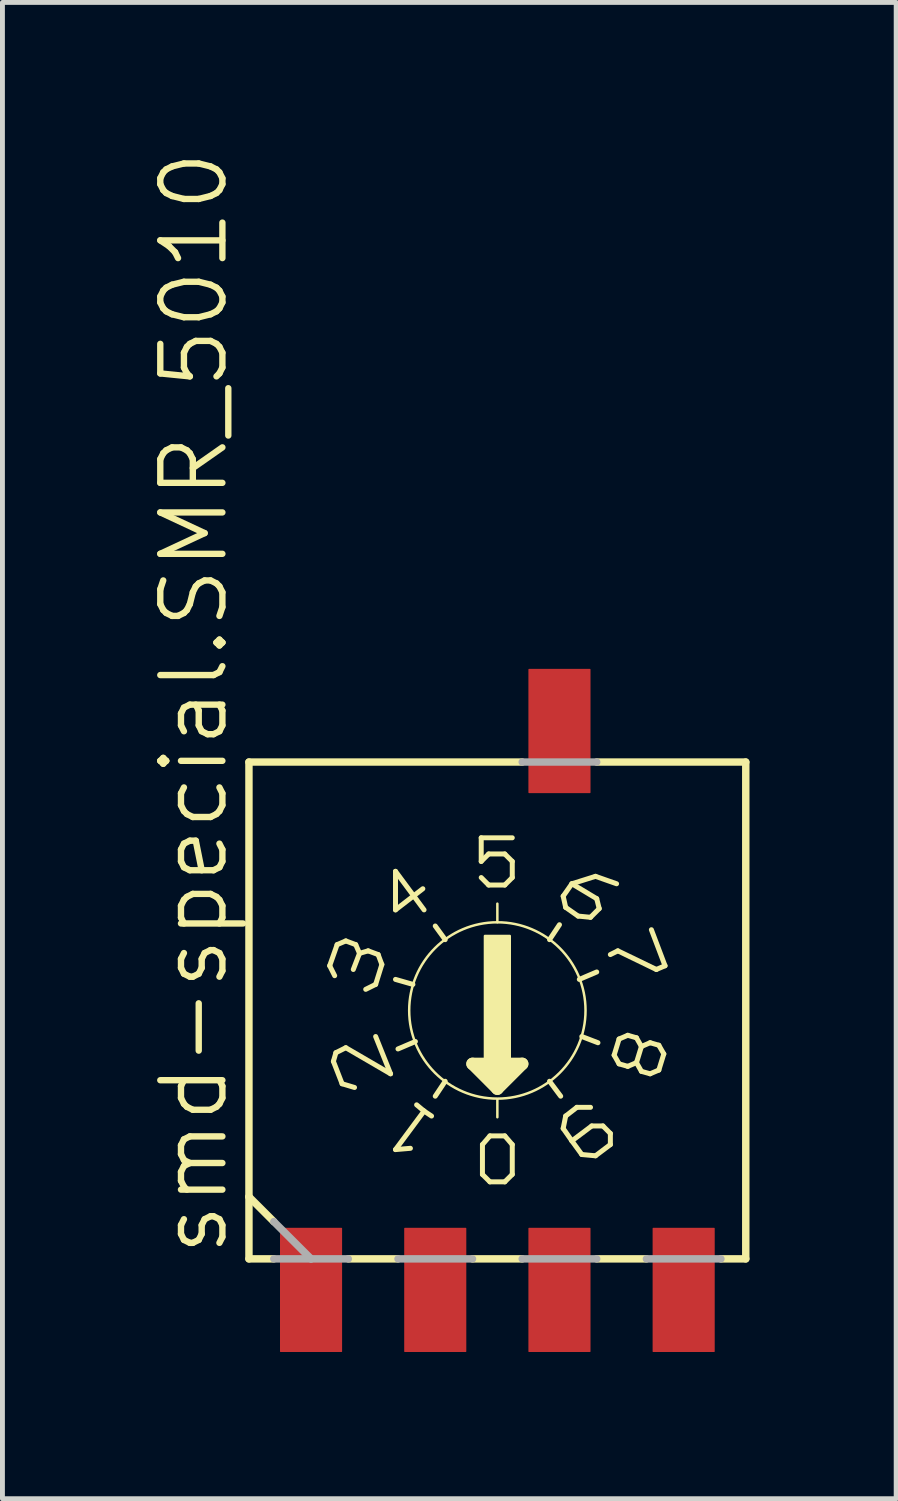
<source format=kicad_pcb>
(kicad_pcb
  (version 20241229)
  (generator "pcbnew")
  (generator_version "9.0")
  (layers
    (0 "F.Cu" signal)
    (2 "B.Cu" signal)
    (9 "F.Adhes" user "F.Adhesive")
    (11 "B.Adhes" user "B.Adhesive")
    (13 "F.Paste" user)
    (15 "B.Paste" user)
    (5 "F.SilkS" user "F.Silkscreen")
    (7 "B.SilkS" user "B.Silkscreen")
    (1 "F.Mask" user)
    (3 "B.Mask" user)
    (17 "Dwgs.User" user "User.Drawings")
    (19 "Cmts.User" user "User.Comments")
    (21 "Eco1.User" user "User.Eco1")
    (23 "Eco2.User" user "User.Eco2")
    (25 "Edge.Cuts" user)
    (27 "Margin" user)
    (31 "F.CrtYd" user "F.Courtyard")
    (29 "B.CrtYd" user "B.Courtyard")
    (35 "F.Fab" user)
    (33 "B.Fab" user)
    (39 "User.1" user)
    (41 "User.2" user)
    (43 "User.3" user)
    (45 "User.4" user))
  (footprint "smd-special.SMR_5010"
    (layer "F.Cu")
    (at 7.121 17.614)
    (property "Reference" "smd-special.SMR_5010" (at -5.461 5.08 90) (layer "F.SilkS") (effects (font (size 1.27 1.27) (thickness 0.13)) (justify left bottom)))
    (attr smd)
    (fp_line (start -5.08 3.81) (end -5.08 -5.08) (stroke (width 0.152) (type default)) (layer "F.SilkS"))
    (fp_line (start -5.08 5.08) (end -5.08 3.81) (stroke (width 0.152) (type default)) (layer "F.SilkS"))
    (fp_line (start -4.572 4.318) (end -5.08 3.81) (stroke (width 0.152) (type default)) (layer "F.SilkS"))
    (fp_line (start -4.572 5.08) (end -5.08 5.08) (stroke (width 0.152) (type default)) (layer "F.SilkS"))
    (fp_line (start -3.429 -0.914) (end -3.327 -0.711) (stroke (width 0.102) (type default)) (layer "F.SilkS"))
    (fp_line (start -3.353 1.041) (end -3.175 1.499) (stroke (width 0.102) (type default)) (layer "F.SilkS"))
    (fp_line (start -3.302 0.864) (end -3.353 1.041) (stroke (width 0.102) (type default)) (layer "F.SilkS"))
    (fp_line (start -3.277 -1.346) (end -3.429 -0.914) (stroke (width 0.102) (type default)) (layer "F.SilkS"))
    (fp_line (start -3.175 1.499) (end -2.921 1.575) (stroke (width 0.102) (type default)) (layer "F.SilkS"))
    (fp_line (start -3.099 -1.422) (end -3.277 -1.346) (stroke (width 0.102) (type default)) (layer "F.SilkS"))
    (fp_line (start -3.099 0.762) (end -3.302 0.864) (stroke (width 0.102) (type default)) (layer "F.SilkS"))
    (fp_line (start -2.896 -1.346) (end -3.099 -1.422) (stroke (width 0.102) (type default)) (layer "F.SilkS"))
    (fp_line (start -2.819 -1.168) (end -2.946 -0.838) (stroke (width 0.102) (type default)) (layer "F.SilkS"))
    (fp_line (start -2.819 -1.168) (end -2.896 -1.346) (stroke (width 0.102) (type default)) (layer "F.SilkS"))
    (fp_line (start -2.642 -1.219) (end -2.819 -1.168) (stroke (width 0.102) (type default)) (layer "F.SilkS"))
    (fp_line (start -2.489 -0.533) (end -2.692 -0.432) (stroke (width 0.102) (type default)) (layer "F.SilkS"))
    (fp_line (start -2.489 -0.533) (end -2.362 -0.94) (stroke (width 0.102) (type default)) (layer "F.SilkS"))
    (fp_line (start -2.489 0.533) (end -2.184 1.295) (stroke (width 0.102) (type default)) (layer "F.SilkS"))
    (fp_line (start -2.438 -1.143) (end -2.642 -1.219) (stroke (width 0.102) (type default)) (layer "F.SilkS"))
    (fp_line (start -2.362 -0.94) (end -2.438 -1.143) (stroke (width 0.102) (type default)) (layer "F.SilkS"))
    (fp_line (start -2.184 1.295) (end -3.099 0.762) (stroke (width 0.102) (type default)) (layer "F.SilkS"))
    (fp_line (start -2.083 -2.845) (end -2.083 -2.057) (stroke (width 0.102) (type default)) (layer "F.SilkS"))
    (fp_line (start -2.083 -2.845) (end -1.499 -2.057) (stroke (width 0.102) (type default)) (layer "F.SilkS"))
    (fp_line (start -2.083 -2.057) (end -1.524 -2.489) (stroke (width 0.102) (type default)) (layer "F.SilkS"))
    (fp_line (start -2.083 2.845) (end -1.778 2.819) (stroke (width 0.102) (type default)) (layer "F.SilkS"))
    (fp_line (start -2.032 5.08) (end -3.048 5.08) (stroke (width 0.152) (type default)) (layer "F.SilkS"))
    (fp_line (start -1.727 -0.533) (end -2.083 -0.635) (stroke (width 0.102) (type default)) (layer "F.SilkS"))
    (fp_line (start -1.676 0.635) (end -2.032 0.787) (stroke (width 0.102) (type default)) (layer "F.SilkS"))
    (fp_line (start -1.651 1.93) (end -1.499 2.057) (stroke (width 0.102) (type default)) (layer "F.SilkS"))
    (fp_line (start -1.499 2.057) (end -2.083 2.845) (stroke (width 0.102) (type default)) (layer "F.SilkS"))
    (fp_line (start -1.499 2.057) (end -1.346 2.159) (stroke (width 0.102) (type default)) (layer "F.SilkS"))
    (fp_line (start -1.067 -1.448) (end -1.27 -1.727) (stroke (width 0.102) (type default)) (layer "F.SilkS"))
    (fp_line (start -1.067 1.448) (end -1.27 1.753) (stroke (width 0.102) (type default)) (layer "F.SilkS"))
    (fp_line (start -0.508 1.092) (end 0 1.6) (stroke (width 0.254) (type default)) (layer "F.SilkS"))
    (fp_line (start -0.33 -3.048) (end -0.33 -3.531) (stroke (width 0.102) (type default)) (layer "F.SilkS"))
    (fp_line (start -0.33 -2.718) (end -0.178 -2.565) (stroke (width 0.102) (type default)) (layer "F.SilkS"))
    (fp_line (start -0.305 2.743) (end -0.305 3.353) (stroke (width 0.102) (type default)) (layer "F.SilkS"))
    (fp_line (start -0.305 3.353) (end -0.152 3.505) (stroke (width 0.102) (type default)) (layer "F.SilkS"))
    (fp_line (start -0.254 1.219) (end 0.254 1.219) (stroke (width 0.254) (type default)) (layer "F.SilkS"))
    (fp_line (start -0.178 -3.2) (end -0.33 -3.048) (stroke (width 0.102) (type default)) (layer "F.SilkS"))
    (fp_line (start -0.178 -2.565) (end 0.152 -2.565) (stroke (width 0.102) (type default)) (layer "F.SilkS"))
    (fp_line (start -0.152 2.565) (end -0.305 2.743) (stroke (width 0.102) (type default)) (layer "F.SilkS"))
    (fp_line (start -0.152 3.505) (end 0.152 3.505) (stroke (width 0.102) (type default)) (layer "F.SilkS"))
    (fp_line (start 0 -1.803) (end 0 -2.184) (stroke (width 0.051) (type default)) (layer "F.SilkS"))
    (fp_line (start 0 1.473) (end 0 1.346) (stroke (width 0.254) (type default)) (layer "F.SilkS"))
    (fp_line (start 0 1.6) (end 0.508 1.092) (stroke (width 0.254) (type default)) (layer "F.SilkS"))
    (fp_line (start 0 1.829) (end 0 2.184) (stroke (width 0.051) (type default)) (layer "F.SilkS"))
    (fp_line (start 0.152 -3.2) (end -0.178 -3.2) (stroke (width 0.102) (type default)) (layer "F.SilkS"))
    (fp_line (start 0.152 -2.565) (end 0.305 -2.718) (stroke (width 0.102) (type default)) (layer "F.SilkS"))
    (fp_line (start 0.152 2.565) (end -0.152 2.565) (stroke (width 0.102) (type default)) (layer "F.SilkS"))
    (fp_line (start 0.152 3.505) (end 0.305 3.353) (stroke (width 0.102) (type default)) (layer "F.SilkS"))
    (fp_line (start 0.305 -3.531) (end -0.33 -3.531) (stroke (width 0.102) (type default)) (layer "F.SilkS"))
    (fp_line (start 0.305 -3.048) (end 0.152 -3.2) (stroke (width 0.102) (type default)) (layer "F.SilkS"))
    (fp_line (start 0.305 -3.048) (end 0.305 -2.718) (stroke (width 0.102) (type default)) (layer "F.SilkS"))
    (fp_line (start 0.305 2.743) (end 0.152 2.565) (stroke (width 0.102) (type default)) (layer "F.SilkS"))
    (fp_line (start 0.305 3.353) (end 0.305 2.743) (stroke (width 0.102) (type default)) (layer "F.SilkS"))
    (fp_line (start 0.508 -5.08) (end -5.08 -5.08) (stroke (width 0.152) (type default)) (layer "F.SilkS"))
    (fp_line (start 0.508 1.092) (end -0.508 1.092) (stroke (width 0.254) (type default)) (layer "F.SilkS"))
    (fp_line (start 0.508 5.08) (end -0.508 5.08) (stroke (width 0.152) (type default)) (layer "F.SilkS"))
    (fp_line (start 1.067 -1.448) (end 1.27 -1.753) (stroke (width 0.102) (type default)) (layer "F.SilkS"))
    (fp_line (start 1.067 1.448) (end 1.295 1.753) (stroke (width 0.102) (type default)) (layer "F.SilkS"))
    (fp_line (start 1.346 -2.337) (end 1.524 -2.591) (stroke (width 0.102) (type default)) (layer "F.SilkS"))
    (fp_line (start 1.346 2.413) (end 1.524 2.667) (stroke (width 0.102) (type default)) (layer "F.SilkS"))
    (fp_line (start 1.397 -2.108) (end 1.346 -2.337) (stroke (width 0.102) (type default)) (layer "F.SilkS"))
    (fp_line (start 1.397 -2.108) (end 1.651 -1.93) (stroke (width 0.102) (type default)) (layer "F.SilkS"))
    (fp_line (start 1.397 2.159) (end 1.346 2.413) (stroke (width 0.102) (type default)) (layer "F.SilkS"))
    (fp_line (start 1.397 2.159) (end 1.626 1.981) (stroke (width 0.102) (type default)) (layer "F.SilkS"))
    (fp_line (start 1.524 -2.591) (end 2.007 -2.743) (stroke (width 0.102) (type default)) (layer "F.SilkS"))
    (fp_line (start 1.524 2.667) (end 1.727 2.946) (stroke (width 0.102) (type default)) (layer "F.SilkS"))
    (fp_line (start 1.626 1.981) (end 1.905 1.981) (stroke (width 0.102) (type default)) (layer "F.SilkS"))
    (fp_line (start 1.651 -1.93) (end 1.905 -1.905) (stroke (width 0.102) (type default)) (layer "F.SilkS"))
    (fp_line (start 1.676 -0.635) (end 2.032 -0.787) (stroke (width 0.102) (type default)) (layer "F.SilkS"))
    (fp_line (start 1.727 0.533) (end 2.057 0.66) (stroke (width 0.102) (type default)) (layer "F.SilkS"))
    (fp_line (start 1.727 2.946) (end 2.007 2.972) (stroke (width 0.102) (type default)) (layer "F.SilkS"))
    (fp_line (start 1.905 -1.905) (end 2.083 -2.083) (stroke (width 0.102) (type default)) (layer "F.SilkS"))
    (fp_line (start 1.93 2.362) (end 1.524 2.667) (stroke (width 0.102) (type default)) (layer "F.SilkS"))
    (fp_line (start 2.007 -2.743) (end 2.438 -2.591) (stroke (width 0.102) (type default)) (layer "F.SilkS"))
    (fp_line (start 2.007 2.972) (end 2.311 2.743) (stroke (width 0.102) (type default)) (layer "F.SilkS"))
    (fp_line (start 2.032 -2.286) (end 1.524 -2.591) (stroke (width 0.102) (type default)) (layer "F.SilkS"))
    (fp_line (start 2.083 -2.083) (end 2.032 -2.286) (stroke (width 0.102) (type default)) (layer "F.SilkS"))
    (fp_line (start 2.159 2.362) (end 1.93 2.362) (stroke (width 0.102) (type default)) (layer "F.SilkS"))
    (fp_line (start 2.311 2.515) (end 2.159 2.362) (stroke (width 0.102) (type default)) (layer "F.SilkS"))
    (fp_line (start 2.311 2.743) (end 2.311 2.515) (stroke (width 0.102) (type default)) (layer "F.SilkS"))
    (fp_line (start 2.388 0.914) (end 2.489 1.092) (stroke (width 0.102) (type default)) (layer "F.SilkS"))
    (fp_line (start 2.464 -1.219) (end 2.311 -1.143) (stroke (width 0.102) (type default)) (layer "F.SilkS"))
    (fp_line (start 2.489 0.584) (end 2.388 0.914) (stroke (width 0.102) (type default)) (layer "F.SilkS"))
    (fp_line (start 2.489 1.092) (end 2.667 1.143) (stroke (width 0.102) (type default)) (layer "F.SilkS"))
    (fp_line (start 2.667 0.508) (end 2.489 0.584) (stroke (width 0.102) (type default)) (layer "F.SilkS"))
    (fp_line (start 2.667 1.143) (end 2.845 1.067) (stroke (width 0.102) (type default)) (layer "F.SilkS"))
    (fp_line (start 2.845 0.559) (end 2.667 0.508) (stroke (width 0.102) (type default)) (layer "F.SilkS"))
    (fp_line (start 2.845 1.067) (end 2.946 0.737) (stroke (width 0.102) (type default)) (layer "F.SilkS"))
    (fp_line (start 2.845 1.067) (end 2.946 1.245) (stroke (width 0.102) (type default)) (layer "F.SilkS"))
    (fp_line (start 2.946 0.737) (end 2.845 0.559) (stroke (width 0.102) (type default)) (layer "F.SilkS"))
    (fp_line (start 2.946 1.245) (end 3.124 1.295) (stroke (width 0.102) (type default)) (layer "F.SilkS"))
    (fp_line (start 3.048 5.08) (end 2.032 5.08) (stroke (width 0.152) (type default)) (layer "F.SilkS"))
    (fp_line (start 3.124 0.66) (end 2.946 0.737) (stroke (width 0.102) (type default)) (layer "F.SilkS"))
    (fp_line (start 3.124 1.295) (end 3.302 1.219) (stroke (width 0.102) (type default)) (layer "F.SilkS"))
    (fp_line (start 3.15 -1.651) (end 3.429 -0.914) (stroke (width 0.102) (type default)) (layer "F.SilkS"))
    (fp_line (start 3.251 -0.838) (end 2.464 -1.219) (stroke (width 0.102) (type default)) (layer "F.SilkS"))
    (fp_line (start 3.302 0.711) (end 3.124 0.66) (stroke (width 0.102) (type default)) (layer "F.SilkS"))
    (fp_line (start 3.302 1.219) (end 3.404 0.889) (stroke (width 0.102) (type default)) (layer "F.SilkS"))
    (fp_line (start 3.404 0.889) (end 3.302 0.711) (stroke (width 0.102) (type default)) (layer "F.SilkS"))
    (fp_line (start 3.429 -0.914) (end 3.251 -0.838) (stroke (width 0.102) (type default)) (layer "F.SilkS"))
    (fp_line (start 5.08 -5.08) (end 2.032 -5.08) (stroke (width 0.152) (type default)) (layer "F.SilkS"))
    (fp_line (start 5.08 5.08) (end 4.572 5.08) (stroke (width 0.152) (type default)) (layer "F.SilkS"))
    (fp_line (start 5.08 5.08) (end 5.08 -5.08) (stroke (width 0.152) (type default)) (layer "F.SilkS"))
    (fp_rect (start -0.254 1.016) (end 0.254 -1.524) (stroke (width 0.05) (type default)) (fill yes) (layer "F.SilkS"))
    (fp_circle (center 0 0) (end 1.803 0) (stroke (width 0.051) (type default)) (fill no) (layer "F.SilkS"))
    (fp_line (start -3.81 5.08) (end -4.572 4.318) (stroke (width 0.152) (type default)) (layer "F.Fab"))
    (fp_line (start -3.81 5.08) (end -4.572 5.08) (stroke (width 0.152) (type default)) (layer "F.Fab"))
    (fp_line (start -3.048 5.08) (end -3.81 5.08) (stroke (width 0.152) (type default)) (layer "F.Fab"))
    (fp_line (start -0.508 5.08) (end -2.032 5.08) (stroke (width 0.152) (type default)) (layer "F.Fab"))
    (fp_line (start 2.032 -5.08) (end 0.508 -5.08) (stroke (width 0.152) (type default)) (layer "F.Fab"))
    (fp_line (start 2.032 5.08) (end 0.508 5.08) (stroke (width 0.152) (type default)) (layer "F.Fab"))
    (fp_line (start 4.572 5.08) (end 3.048 5.08) (stroke (width 0.152) (type default)) (layer "F.Fab"))
    (pad "1" smd roundrect (at 3.81 5.715) (size 1.27 2.54) (layers "F.Cu" "F.Mask" "F.Paste") (roundrect_rratio 0.01))
    (pad "2" smd roundrect (at 1.27 5.715) (size 1.27 2.54) (layers "F.Cu" "F.Mask" "F.Paste") (roundrect_rratio 0.01))
    (pad "4" smd roundrect (at -1.27 5.715) (size 1.27 2.54) (layers "F.Cu" "F.Mask" "F.Paste") (roundrect_rratio 0.01))
    (pad "8" smd roundrect (at -3.81 5.715) (size 1.27 2.54) (layers "F.Cu" "F.Mask" "F.Paste") (roundrect_rratio 0.01))
    (pad "C" smd roundrect (at 1.27 -5.715) (size 1.27 2.54) (layers "F.Cu" "F.Mask" "F.Paste") (roundrect_rratio 0.01)))
  (gr_rect
    (start -3 -3)
    (end 15.277 27.599)
    (stroke (width 0.1) (type default))
    (fill no)
    (layer "Edge.Cuts")))
</source>
